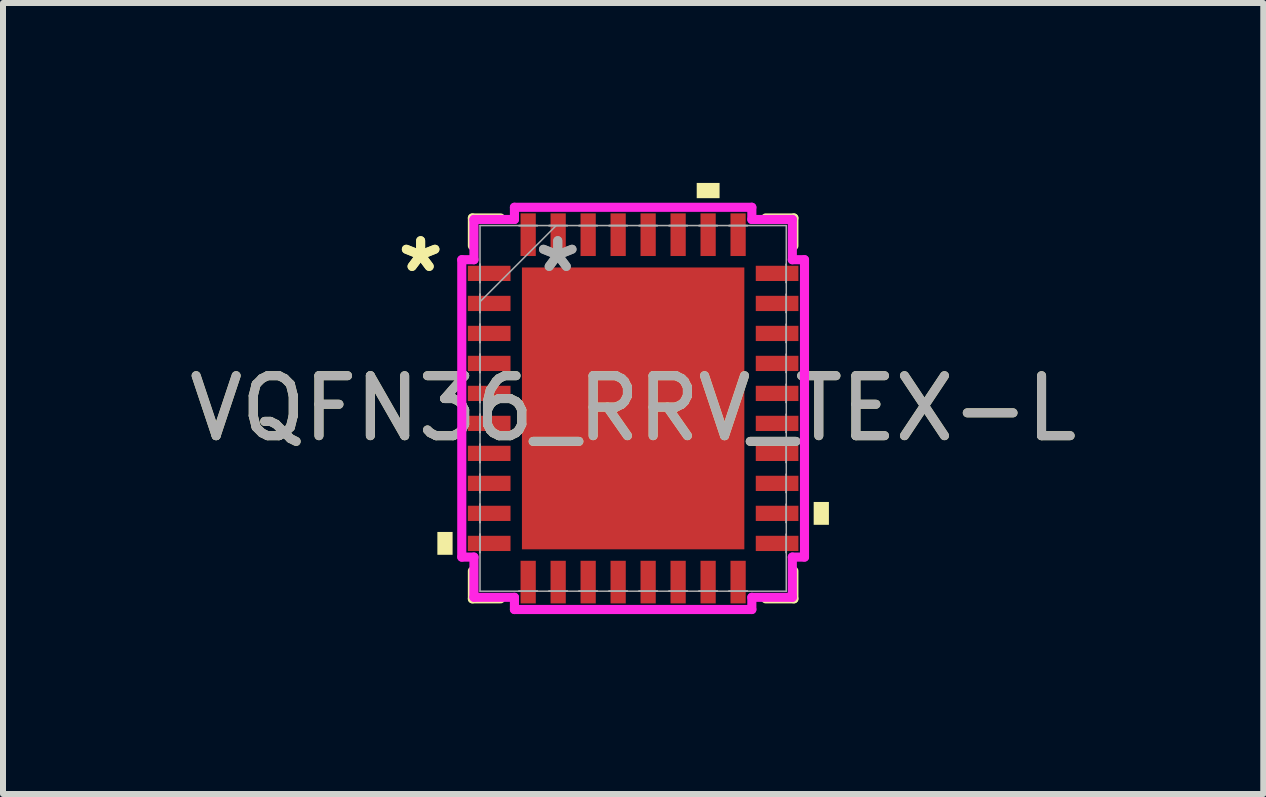
<source format=kicad_pcb>
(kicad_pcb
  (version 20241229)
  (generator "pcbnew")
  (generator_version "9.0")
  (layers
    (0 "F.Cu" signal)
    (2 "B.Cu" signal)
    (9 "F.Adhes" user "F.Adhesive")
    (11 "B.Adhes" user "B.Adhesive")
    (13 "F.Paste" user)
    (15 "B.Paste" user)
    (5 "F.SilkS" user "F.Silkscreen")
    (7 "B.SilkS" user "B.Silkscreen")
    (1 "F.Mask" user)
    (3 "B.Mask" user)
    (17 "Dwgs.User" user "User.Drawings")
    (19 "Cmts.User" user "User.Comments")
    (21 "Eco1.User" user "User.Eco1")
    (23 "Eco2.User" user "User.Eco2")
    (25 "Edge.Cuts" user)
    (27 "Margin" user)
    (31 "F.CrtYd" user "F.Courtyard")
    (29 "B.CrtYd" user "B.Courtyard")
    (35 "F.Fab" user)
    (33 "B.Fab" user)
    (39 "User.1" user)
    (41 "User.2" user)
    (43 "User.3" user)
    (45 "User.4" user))
  (footprint "VQFN36_RRV_TEX-L"
    (layer "F.Cu")
    (at 7.506 3.759)
    (property "Reference" "VQFN36_RRV_TEX-L" (at 0 0 0) (unlocked yes) (layer "F.SilkS") (effects (font (size 1 1) (thickness 0.15))))
    (attr smd)
    (fp_line (start -2.68 -3.175) (end -2.68 -2.71) (stroke (width 0.152) (type solid)) (layer "F.SilkS"))
    (fp_line (start -2.68 2.71) (end -2.68 3.175) (stroke (width 0.152) (type solid)) (layer "F.SilkS"))
    (fp_line (start -2.68 3.175) (end -2.21 3.175) (stroke (width 0.152) (type solid)) (layer "F.SilkS"))
    (fp_line (start -2.21 -3.175) (end -2.68 -3.175) (stroke (width 0.152) (type solid)) (layer "F.SilkS"))
    (fp_line (start 2.21 3.175) (end 2.68 3.175) (stroke (width 0.152) (type solid)) (layer "F.SilkS"))
    (fp_line (start 2.68 -3.175) (end 2.21 -3.175) (stroke (width 0.152) (type solid)) (layer "F.SilkS"))
    (fp_line (start 2.68 -2.71) (end 2.68 -3.175) (stroke (width 0.152) (type solid)) (layer "F.SilkS"))
    (fp_line (start 2.68 3.175) (end 2.68 2.71) (stroke (width 0.152) (type solid)) (layer "F.SilkS"))
    (fp_poly (pts (xy -3.264 2.06) (xy -3.264 2.441) (xy -3.01 2.441) (xy -3.01 2.06)) (stroke (width 0) (type solid)) (fill yes) (layer "F.SilkS"))
    (fp_poly (pts (xy 1.06 -3.505) (xy 1.06 -3.759) (xy 1.441 -3.759) (xy 1.441 -3.505)) (stroke (width 0) (type solid)) (fill yes) (layer "F.SilkS"))
    (fp_poly (pts (xy 3.264 1.56) (xy 3.264 1.941) (xy 3.01 1.941) (xy 3.01 1.56)) (stroke (width 0) (type solid)) (fill yes) (layer "F.SilkS"))
    (fp_line (start -2.857 -2.479) (end -2.654 -2.479) (stroke (width 0.152) (type solid)) (layer "F.CrtYd"))
    (fp_line (start -2.857 2.479) (end -2.857 -2.479) (stroke (width 0.152) (type solid)) (layer "F.CrtYd"))
    (fp_line (start -2.654 -3.15) (end -1.979 -3.15) (stroke (width 0.152) (type solid)) (layer "F.CrtYd"))
    (fp_line (start -2.654 -2.479) (end -2.654 -3.15) (stroke (width 0.152) (type solid)) (layer "F.CrtYd"))
    (fp_line (start -2.654 2.479) (end -2.857 2.479) (stroke (width 0.152) (type solid)) (layer "F.CrtYd"))
    (fp_line (start -2.654 3.15) (end -2.654 2.479) (stroke (width 0.152) (type solid)) (layer "F.CrtYd"))
    (fp_line (start -1.979 -3.353) (end 1.979 -3.353) (stroke (width 0.152) (type solid)) (layer "F.CrtYd"))
    (fp_line (start -1.979 -3.15) (end -1.979 -3.353) (stroke (width 0.152) (type solid)) (layer "F.CrtYd"))
    (fp_line (start -1.979 3.15) (end -2.654 3.15) (stroke (width 0.152) (type solid)) (layer "F.CrtYd"))
    (fp_line (start -1.979 3.353) (end -1.979 3.15) (stroke (width 0.152) (type solid)) (layer "F.CrtYd"))
    (fp_line (start 1.979 -3.353) (end 1.979 -3.15) (stroke (width 0.152) (type solid)) (layer "F.CrtYd"))
    (fp_line (start 1.979 -3.15) (end 2.654 -3.15) (stroke (width 0.152) (type solid)) (layer "F.CrtYd"))
    (fp_line (start 1.979 3.15) (end 1.979 3.353) (stroke (width 0.152) (type solid)) (layer "F.CrtYd"))
    (fp_line (start 1.979 3.353) (end -1.979 3.353) (stroke (width 0.152) (type solid)) (layer "F.CrtYd"))
    (fp_line (start 2.654 -3.15) (end 2.654 -2.479) (stroke (width 0.152) (type solid)) (layer "F.CrtYd"))
    (fp_line (start 2.654 -2.479) (end 2.857 -2.479) (stroke (width 0.152) (type solid)) (layer "F.CrtYd"))
    (fp_line (start 2.654 2.479) (end 2.654 3.15) (stroke (width 0.152) (type solid)) (layer "F.CrtYd"))
    (fp_line (start 2.654 3.15) (end 1.979 3.15) (stroke (width 0.152) (type solid)) (layer "F.CrtYd"))
    (fp_line (start 2.857 -2.479) (end 2.857 2.479) (stroke (width 0.152) (type solid)) (layer "F.CrtYd"))
    (fp_line (start 2.857 2.479) (end 2.654 2.479) (stroke (width 0.152) (type solid)) (layer "F.CrtYd"))
    (fp_line (start -2.553 -3.048) (end -2.553 3.048) (stroke (width 0.025) (type solid)) (layer "F.Fab"))
    (fp_line (start -2.553 -2.403) (end -2.553 -2.403) (stroke (width 0.025) (type solid)) (layer "F.Fab"))
    (fp_line (start -2.553 -2.403) (end -2.553 -2.098) (stroke (width 0.025) (type solid)) (layer "F.Fab"))
    (fp_line (start -2.553 -2.098) (end -2.553 -2.403) (stroke (width 0.025) (type solid)) (layer "F.Fab"))
    (fp_line (start -2.553 -2.098) (end -2.553 -2.098) (stroke (width 0.025) (type solid)) (layer "F.Fab"))
    (fp_line (start -2.553 -1.903) (end -2.553 -1.903) (stroke (width 0.025) (type solid)) (layer "F.Fab"))
    (fp_line (start -2.553 -1.903) (end -2.553 -1.598) (stroke (width 0.025) (type solid)) (layer "F.Fab"))
    (fp_line (start -2.553 -1.778) (end -1.283 -3.048) (stroke (width 0.025) (type solid)) (layer "F.Fab"))
    (fp_line (start -2.553 -1.598) (end -2.553 -1.903) (stroke (width 0.025) (type solid)) (layer "F.Fab"))
    (fp_line (start -2.553 -1.598) (end -2.553 -1.598) (stroke (width 0.025) (type solid)) (layer "F.Fab"))
    (fp_line (start -2.553 -1.403) (end -2.553 -1.403) (stroke (width 0.025) (type solid)) (layer "F.Fab"))
    (fp_line (start -2.553 -1.403) (end -2.553 -1.098) (stroke (width 0.025) (type solid)) (layer "F.Fab"))
    (fp_line (start -2.553 -1.098) (end -2.553 -1.403) (stroke (width 0.025) (type solid)) (layer "F.Fab"))
    (fp_line (start -2.553 -1.098) (end -2.553 -1.098) (stroke (width 0.025) (type solid)) (layer "F.Fab"))
    (fp_line (start -2.553 -0.903) (end -2.553 -0.903) (stroke (width 0.025) (type solid)) (layer "F.Fab"))
    (fp_line (start -2.553 -0.903) (end -2.553 -0.598) (stroke (width 0.025) (type solid)) (layer "F.Fab"))
    (fp_line (start -2.553 -0.598) (end -2.553 -0.903) (stroke (width 0.025) (type solid)) (layer "F.Fab"))
    (fp_line (start -2.553 -0.598) (end -2.553 -0.598) (stroke (width 0.025) (type solid)) (layer "F.Fab"))
    (fp_line (start -2.553 -0.402) (end -2.553 -0.402) (stroke (width 0.025) (type solid)) (layer "F.Fab"))
    (fp_line (start -2.553 -0.402) (end -2.553 -0.098) (stroke (width 0.025) (type solid)) (layer "F.Fab"))
    (fp_line (start -2.553 -0.098) (end -2.553 -0.402) (stroke (width 0.025) (type solid)) (layer "F.Fab"))
    (fp_line (start -2.553 -0.098) (end -2.553 -0.098) (stroke (width 0.025) (type solid)) (layer "F.Fab"))
    (fp_line (start -2.553 0.098) (end -2.553 0.098) (stroke (width 0.025) (type solid)) (layer "F.Fab"))
    (fp_line (start -2.553 0.098) (end -2.553 0.402) (stroke (width 0.025) (type solid)) (layer "F.Fab"))
    (fp_line (start -2.553 0.402) (end -2.553 0.098) (stroke (width 0.025) (type solid)) (layer "F.Fab"))
    (fp_line (start -2.553 0.402) (end -2.553 0.402) (stroke (width 0.025) (type solid)) (layer "F.Fab"))
    (fp_line (start -2.553 0.598) (end -2.553 0.598) (stroke (width 0.025) (type solid)) (layer "F.Fab"))
    (fp_line (start -2.553 0.598) (end -2.553 0.903) (stroke (width 0.025) (type solid)) (layer "F.Fab"))
    (fp_line (start -2.553 0.903) (end -2.553 0.598) (stroke (width 0.025) (type solid)) (layer "F.Fab"))
    (fp_line (start -2.553 0.903) (end -2.553 0.903) (stroke (width 0.025) (type solid)) (layer "F.Fab"))
    (fp_line (start -2.553 1.098) (end -2.553 1.098) (stroke (width 0.025) (type solid)) (layer "F.Fab"))
    (fp_line (start -2.553 1.098) (end -2.553 1.403) (stroke (width 0.025) (type solid)) (layer "F.Fab"))
    (fp_line (start -2.553 1.403) (end -2.553 1.098) (stroke (width 0.025) (type solid)) (layer "F.Fab"))
    (fp_line (start -2.553 1.403) (end -2.553 1.403) (stroke (width 0.025) (type solid)) (layer "F.Fab"))
    (fp_line (start -2.553 1.598) (end -2.553 1.598) (stroke (width 0.025) (type solid)) (layer "F.Fab"))
    (fp_line (start -2.553 1.598) (end -2.553 1.903) (stroke (width 0.025) (type solid)) (layer "F.Fab"))
    (fp_line (start -2.553 1.903) (end -2.553 1.598) (stroke (width 0.025) (type solid)) (layer "F.Fab"))
    (fp_line (start -2.553 1.903) (end -2.553 1.903) (stroke (width 0.025) (type solid)) (layer "F.Fab"))
    (fp_line (start -2.553 2.098) (end -2.553 2.098) (stroke (width 0.025) (type solid)) (layer "F.Fab"))
    (fp_line (start -2.553 2.098) (end -2.553 2.403) (stroke (width 0.025) (type solid)) (layer "F.Fab"))
    (fp_line (start -2.553 2.403) (end -2.553 2.098) (stroke (width 0.025) (type solid)) (layer "F.Fab"))
    (fp_line (start -2.553 2.403) (end -2.553 2.403) (stroke (width 0.025) (type solid)) (layer "F.Fab"))
    (fp_line (start -2.553 3.048) (end 2.553 3.048) (stroke (width 0.025) (type solid)) (layer "F.Fab"))
    (fp_line (start -1.903 -3.048) (end -1.903 -3.048) (stroke (width 0.025) (type solid)) (layer "F.Fab"))
    (fp_line (start -1.903 -3.048) (end -1.598 -3.048) (stroke (width 0.025) (type solid)) (layer "F.Fab"))
    (fp_line (start -1.903 3.048) (end -1.903 3.048) (stroke (width 0.025) (type solid)) (layer "F.Fab"))
    (fp_line (start -1.903 3.048) (end -1.598 3.048) (stroke (width 0.025) (type solid)) (layer "F.Fab"))
    (fp_line (start -1.598 -3.048) (end -1.903 -3.048) (stroke (width 0.025) (type solid)) (layer "F.Fab"))
    (fp_line (start -1.598 -3.048) (end -1.598 -3.048) (stroke (width 0.025) (type solid)) (layer "F.Fab"))
    (fp_line (start -1.598 3.048) (end -1.903 3.048) (stroke (width 0.025) (type solid)) (layer "F.Fab"))
    (fp_line (start -1.598 3.048) (end -1.598 3.048) (stroke (width 0.025) (type solid)) (layer "F.Fab"))
    (fp_line (start -1.403 -3.048) (end -1.403 -3.048) (stroke (width 0.025) (type solid)) (layer "F.Fab"))
    (fp_line (start -1.403 -3.048) (end -1.098 -3.048) (stroke (width 0.025) (type solid)) (layer "F.Fab"))
    (fp_line (start -1.403 3.048) (end -1.403 3.048) (stroke (width 0.025) (type solid)) (layer "F.Fab"))
    (fp_line (start -1.403 3.048) (end -1.098 3.048) (stroke (width 0.025) (type solid)) (layer "F.Fab"))
    (fp_line (start -1.098 -3.048) (end -1.403 -3.048) (stroke (width 0.025) (type solid)) (layer "F.Fab"))
    (fp_line (start -1.098 -3.048) (end -1.098 -3.048) (stroke (width 0.025) (type solid)) (layer "F.Fab"))
    (fp_line (start -1.098 3.048) (end -1.403 3.048) (stroke (width 0.025) (type solid)) (layer "F.Fab"))
    (fp_line (start -1.098 3.048) (end -1.098 3.048) (stroke (width 0.025) (type solid)) (layer "F.Fab"))
    (fp_line (start -0.903 -3.048) (end -0.903 -3.048) (stroke (width 0.025) (type solid)) (layer "F.Fab"))
    (fp_line (start -0.903 -3.048) (end -0.598 -3.048) (stroke (width 0.025) (type solid)) (layer "F.Fab"))
    (fp_line (start -0.903 3.048) (end -0.903 3.048) (stroke (width 0.025) (type solid)) (layer "F.Fab"))
    (fp_line (start -0.903 3.048) (end -0.598 3.048) (stroke (width 0.025) (type solid)) (layer "F.Fab"))
    (fp_line (start -0.598 -3.048) (end -0.903 -3.048) (stroke (width 0.025) (type solid)) (layer "F.Fab"))
    (fp_line (start -0.598 -3.048) (end -0.598 -3.048) (stroke (width 0.025) (type solid)) (layer "F.Fab"))
    (fp_line (start -0.598 3.048) (end -0.903 3.048) (stroke (width 0.025) (type solid)) (layer "F.Fab"))
    (fp_line (start -0.598 3.048) (end -0.598 3.048) (stroke (width 0.025) (type solid)) (layer "F.Fab"))
    (fp_line (start -0.402 -3.048) (end -0.402 -3.048) (stroke (width 0.025) (type solid)) (layer "F.Fab"))
    (fp_line (start -0.402 -3.048) (end -0.098 -3.048) (stroke (width 0.025) (type solid)) (layer "F.Fab"))
    (fp_line (start -0.402 3.048) (end -0.402 3.048) (stroke (width 0.025) (type solid)) (layer "F.Fab"))
    (fp_line (start -0.402 3.048) (end -0.098 3.048) (stroke (width 0.025) (type solid)) (layer "F.Fab"))
    (fp_line (start -0.098 -3.048) (end -0.402 -3.048) (stroke (width 0.025) (type solid)) (layer "F.Fab"))
    (fp_line (start -0.098 -3.048) (end -0.098 -3.048) (stroke (width 0.025) (type solid)) (layer "F.Fab"))
    (fp_line (start -0.098 3.048) (end -0.402 3.048) (stroke (width 0.025) (type solid)) (layer "F.Fab"))
    (fp_line (start -0.098 3.048) (end -0.098 3.048) (stroke (width 0.025) (type solid)) (layer "F.Fab"))
    (fp_line (start 0.098 -3.048) (end 0.098 -3.048) (stroke (width 0.025) (type solid)) (layer "F.Fab"))
    (fp_line (start 0.098 -3.048) (end 0.402 -3.048) (stroke (width 0.025) (type solid)) (layer "F.Fab"))
    (fp_line (start 0.098 3.048) (end 0.098 3.048) (stroke (width 0.025) (type solid)) (layer "F.Fab"))
    (fp_line (start 0.098 3.048) (end 0.402 3.048) (stroke (width 0.025) (type solid)) (layer "F.Fab"))
    (fp_line (start 0.402 -3.048) (end 0.098 -3.048) (stroke (width 0.025) (type solid)) (layer "F.Fab"))
    (fp_line (start 0.402 -3.048) (end 0.402 -3.048) (stroke (width 0.025) (type solid)) (layer "F.Fab"))
    (fp_line (start 0.402 3.048) (end 0.098 3.048) (stroke (width 0.025) (type solid)) (layer "F.Fab"))
    (fp_line (start 0.402 3.048) (end 0.402 3.048) (stroke (width 0.025) (type solid)) (layer "F.Fab"))
    (fp_line (start 0.598 -3.048) (end 0.598 -3.048) (stroke (width 0.025) (type solid)) (layer "F.Fab"))
    (fp_line (start 0.598 -3.048) (end 0.903 -3.048) (stroke (width 0.025) (type solid)) (layer "F.Fab"))
    (fp_line (start 0.598 3.048) (end 0.598 3.048) (stroke (width 0.025) (type solid)) (layer "F.Fab"))
    (fp_line (start 0.598 3.048) (end 0.903 3.048) (stroke (width 0.025) (type solid)) (layer "F.Fab"))
    (fp_line (start 0.903 -3.048) (end 0.598 -3.048) (stroke (width 0.025) (type solid)) (layer "F.Fab"))
    (fp_line (start 0.903 -3.048) (end 0.903 -3.048) (stroke (width 0.025) (type solid)) (layer "F.Fab"))
    (fp_line (start 0.903 3.048) (end 0.598 3.048) (stroke (width 0.025) (type solid)) (layer "F.Fab"))
    (fp_line (start 0.903 3.048) (end 0.903 3.048) (stroke (width 0.025) (type solid)) (layer "F.Fab"))
    (fp_line (start 1.098 -3.048) (end 1.098 -3.048) (stroke (width 0.025) (type solid)) (layer "F.Fab"))
    (fp_line (start 1.098 -3.048) (end 1.403 -3.048) (stroke (width 0.025) (type solid)) (layer "F.Fab"))
    (fp_line (start 1.098 3.048) (end 1.098 3.048) (stroke (width 0.025) (type solid)) (layer "F.Fab"))
    (fp_line (start 1.098 3.048) (end 1.403 3.048) (stroke (width 0.025) (type solid)) (layer "F.Fab"))
    (fp_line (start 1.403 -3.048) (end 1.098 -3.048) (stroke (width 0.025) (type solid)) (layer "F.Fab"))
    (fp_line (start 1.403 -3.048) (end 1.403 -3.048) (stroke (width 0.025) (type solid)) (layer "F.Fab"))
    (fp_line (start 1.403 3.048) (end 1.098 3.048) (stroke (width 0.025) (type solid)) (layer "F.Fab"))
    (fp_line (start 1.403 3.048) (end 1.403 3.048) (stroke (width 0.025) (type solid)) (layer "F.Fab"))
    (fp_line (start 1.598 -3.048) (end 1.598 -3.048) (stroke (width 0.025) (type solid)) (layer "F.Fab"))
    (fp_line (start 1.598 -3.048) (end 1.903 -3.048) (stroke (width 0.025) (type solid)) (layer "F.Fab"))
    (fp_line (start 1.598 3.048) (end 1.598 3.048) (stroke (width 0.025) (type solid)) (layer "F.Fab"))
    (fp_line (start 1.598 3.048) (end 1.903 3.048) (stroke (width 0.025) (type solid)) (layer "F.Fab"))
    (fp_line (start 1.903 -3.048) (end 1.598 -3.048) (stroke (width 0.025) (type solid)) (layer "F.Fab"))
    (fp_line (start 1.903 -3.048) (end 1.903 -3.048) (stroke (width 0.025) (type solid)) (layer "F.Fab"))
    (fp_line (start 1.903 3.048) (end 1.598 3.048) (stroke (width 0.025) (type solid)) (layer "F.Fab"))
    (fp_line (start 1.903 3.048) (end 1.903 3.048) (stroke (width 0.025) (type solid)) (layer "F.Fab"))
    (fp_line (start 2.553 -3.048) (end -2.553 -3.048) (stroke (width 0.025) (type solid)) (layer "F.Fab"))
    (fp_line (start 2.553 -2.403) (end 2.553 -2.403) (stroke (width 0.025) (type solid)) (layer "F.Fab"))
    (fp_line (start 2.553 -2.403) (end 2.553 -2.098) (stroke (width 0.025) (type solid)) (layer "F.Fab"))
    (fp_line (start 2.553 -2.098) (end 2.553 -2.403) (stroke (width 0.025) (type solid)) (layer "F.Fab"))
    (fp_line (start 2.553 -2.098) (end 2.553 -2.098) (stroke (width 0.025) (type solid)) (layer "F.Fab"))
    (fp_line (start 2.553 -1.903) (end 2.553 -1.903) (stroke (width 0.025) (type solid)) (layer "F.Fab"))
    (fp_line (start 2.553 -1.903) (end 2.553 -1.598) (stroke (width 0.025) (type solid)) (layer "F.Fab"))
    (fp_line (start 2.553 -1.598) (end 2.553 -1.903) (stroke (width 0.025) (type solid)) (layer "F.Fab"))
    (fp_line (start 2.553 -1.598) (end 2.553 -1.598) (stroke (width 0.025) (type solid)) (layer "F.Fab"))
    (fp_line (start 2.553 -1.403) (end 2.553 -1.403) (stroke (width 0.025) (type solid)) (layer "F.Fab"))
    (fp_line (start 2.553 -1.403) (end 2.553 -1.098) (stroke (width 0.025) (type solid)) (layer "F.Fab"))
    (fp_line (start 2.553 -1.098) (end 2.553 -1.403) (stroke (width 0.025) (type solid)) (layer "F.Fab"))
    (fp_line (start 2.553 -1.098) (end 2.553 -1.098) (stroke (width 0.025) (type solid)) (layer "F.Fab"))
    (fp_line (start 2.553 -0.903) (end 2.553 -0.903) (stroke (width 0.025) (type solid)) (layer "F.Fab"))
    (fp_line (start 2.553 -0.903) (end 2.553 -0.598) (stroke (width 0.025) (type solid)) (layer "F.Fab"))
    (fp_line (start 2.553 -0.598) (end 2.553 -0.903) (stroke (width 0.025) (type solid)) (layer "F.Fab"))
    (fp_line (start 2.553 -0.598) (end 2.553 -0.598) (stroke (width 0.025) (type solid)) (layer "F.Fab"))
    (fp_line (start 2.553 -0.402) (end 2.553 -0.402) (stroke (width 0.025) (type solid)) (layer "F.Fab"))
    (fp_line (start 2.553 -0.402) (end 2.553 -0.098) (stroke (width 0.025) (type solid)) (layer "F.Fab"))
    (fp_line (start 2.553 -0.098) (end 2.553 -0.402) (stroke (width 0.025) (type solid)) (layer "F.Fab"))
    (fp_line (start 2.553 -0.098) (end 2.553 -0.098) (stroke (width 0.025) (type solid)) (layer "F.Fab"))
    (fp_line (start 2.553 0.098) (end 2.553 0.098) (stroke (width 0.025) (type solid)) (layer "F.Fab"))
    (fp_line (start 2.553 0.098) (end 2.553 0.402) (stroke (width 0.025) (type solid)) (layer "F.Fab"))
    (fp_line (start 2.553 0.402) (end 2.553 0.098) (stroke (width 0.025) (type solid)) (layer "F.Fab"))
    (fp_line (start 2.553 0.402) (end 2.553 0.402) (stroke (width 0.025) (type solid)) (layer "F.Fab"))
    (fp_line (start 2.553 0.598) (end 2.553 0.598) (stroke (width 0.025) (type solid)) (layer "F.Fab"))
    (fp_line (start 2.553 0.598) (end 2.553 0.903) (stroke (width 0.025) (type solid)) (layer "F.Fab"))
    (fp_line (start 2.553 0.903) (end 2.553 0.598) (stroke (width 0.025) (type solid)) (layer "F.Fab"))
    (fp_line (start 2.553 0.903) (end 2.553 0.903) (stroke (width 0.025) (type solid)) (layer "F.Fab"))
    (fp_line (start 2.553 1.098) (end 2.553 1.098) (stroke (width 0.025) (type solid)) (layer "F.Fab"))
    (fp_line (start 2.553 1.098) (end 2.553 1.403) (stroke (width 0.025) (type solid)) (layer "F.Fab"))
    (fp_line (start 2.553 1.403) (end 2.553 1.098) (stroke (width 0.025) (type solid)) (layer "F.Fab"))
    (fp_line (start 2.553 1.403) (end 2.553 1.403) (stroke (width 0.025) (type solid)) (layer "F.Fab"))
    (fp_line (start 2.553 1.598) (end 2.553 1.598) (stroke (width 0.025) (type solid)) (layer "F.Fab"))
    (fp_line (start 2.553 1.598) (end 2.553 1.903) (stroke (width 0.025) (type solid)) (layer "F.Fab"))
    (fp_line (start 2.553 1.903) (end 2.553 1.598) (stroke (width 0.025) (type solid)) (layer "F.Fab"))
    (fp_line (start 2.553 1.903) (end 2.553 1.903) (stroke (width 0.025) (type solid)) (layer "F.Fab"))
    (fp_line (start 2.553 2.098) (end 2.553 2.098) (stroke (width 0.025) (type solid)) (layer "F.Fab"))
    (fp_line (start 2.553 2.098) (end 2.553 2.403) (stroke (width 0.025) (type solid)) (layer "F.Fab"))
    (fp_line (start 2.553 2.403) (end 2.553 2.098) (stroke (width 0.025) (type solid)) (layer "F.Fab"))
    (fp_line (start 2.553 2.403) (end 2.553 2.403) (stroke (width 0.025) (type solid)) (layer "F.Fab"))
    (fp_line (start 2.553 3.048) (end 2.553 -3.048) (stroke (width 0.025) (type solid)) (layer "F.Fab"))
    (fp_text user "*" (at -3.543 -2.251 0) (layer "F.SilkS") (effects (font (size 1 1) (thickness 0.15))))
    (fp_text user "*" (at -3.543 -2.251 0) (unlocked yes) (layer "F.SilkS") (effects (font (size 1 1) (thickness 0.15))))
    (fp_text user "*" (at -1.257 -2.251 0) (unlocked yes) (layer "F.Fab") (effects (font (size 1 1) (thickness 0.15))))
    (fp_text user "${REFERENCE}" (at 0 0 0) (unlocked yes) (layer "F.Fab") (effects (font (size 1 1) (thickness 0.15))))
    (fp_text user "*" (at -1.257 -2.251 0) (layer "F.Fab") (effects (font (size 1 1) (thickness 0.15))))
    (pad "1" smd rect (at -2.4 -2.251 90) (size 0.254 0.711) (layers "F.Cu" "F.Mask" "F.Paste"))
    (pad "2" smd rect (at -2.4 -1.75 90) (size 0.254 0.711) (layers "F.Cu" "F.Mask" "F.Paste"))
    (pad "3" smd rect (at -2.4 -1.25 90) (size 0.254 0.711) (layers "F.Cu" "F.Mask" "F.Paste"))
    (pad "4" smd rect (at -2.4 -0.75 90) (size 0.254 0.711) (layers "F.Cu" "F.Mask" "F.Paste"))
    (pad "5" smd rect (at -2.4 -0.25 90) (size 0.254 0.711) (layers "F.Cu" "F.Mask" "F.Paste"))
    (pad "6" smd rect (at -2.4 0.25 90) (size 0.254 0.711) (layers "F.Cu" "F.Mask" "F.Paste"))
    (pad "7" smd rect (at -2.4 0.75 90) (size 0.254 0.711) (layers "F.Cu" "F.Mask" "F.Paste"))
    (pad "8" smd rect (at -2.4 1.25 90) (size 0.254 0.711) (layers "F.Cu" "F.Mask" "F.Paste"))
    (pad "9" smd rect (at -2.4 1.75 90) (size 0.254 0.711) (layers "F.Cu" "F.Mask" "F.Paste"))
    (pad "10" smd rect (at -2.4 2.251 90) (size 0.254 0.711) (layers "F.Cu" "F.Mask" "F.Paste"))
    (pad "11" smd rect (at -1.75 2.896) (size 0.254 0.711) (layers "F.Cu" "F.Mask" "F.Paste"))
    (pad "12" smd rect (at -1.25 2.896) (size 0.254 0.711) (layers "F.Cu" "F.Mask" "F.Paste"))
    (pad "13" smd rect (at -0.75 2.896) (size 0.254 0.711) (layers "F.Cu" "F.Mask" "F.Paste"))
    (pad "14" smd rect (at -0.25 2.896) (size 0.254 0.711) (layers "F.Cu" "F.Mask" "F.Paste"))
    (pad "15" smd rect (at 0.25 2.896) (size 0.254 0.711) (layers "F.Cu" "F.Mask" "F.Paste"))
    (pad "16" smd rect (at 0.75 2.896) (size 0.254 0.711) (layers "F.Cu" "F.Mask" "F.Paste"))
    (pad "17" smd rect (at 1.25 2.896) (size 0.254 0.711) (layers "F.Cu" "F.Mask" "F.Paste"))
    (pad "18" smd rect (at 1.75 2.896) (size 0.254 0.711) (layers "F.Cu" "F.Mask" "F.Paste"))
    (pad "19" smd rect (at 2.4 2.251 90) (size 0.254 0.711) (layers "F.Cu" "F.Mask" "F.Paste"))
    (pad "20" smd rect (at 2.4 1.75 90) (size 0.254 0.711) (layers "F.Cu" "F.Mask" "F.Paste"))
    (pad "21" smd rect (at 2.4 1.25 90) (size 0.254 0.711) (layers "F.Cu" "F.Mask" "F.Paste"))
    (pad "22" smd rect (at 2.4 0.75 90) (size 0.254 0.711) (layers "F.Cu" "F.Mask" "F.Paste"))
    (pad "23" smd rect (at 2.4 0.25 90) (size 0.254 0.711) (layers "F.Cu" "F.Mask" "F.Paste"))
    (pad "24" smd rect (at 2.4 -0.25 90) (size 0.254 0.711) (layers "F.Cu" "F.Mask" "F.Paste"))
    (pad "25" smd rect (at 2.4 -0.75 90) (size 0.254 0.711) (layers "F.Cu" "F.Mask" "F.Paste"))
    (pad "26" smd rect (at 2.4 -1.25 90) (size 0.254 0.711) (layers "F.Cu" "F.Mask" "F.Paste"))
    (pad "27" smd rect (at 2.4 -1.75 90) (size 0.254 0.711) (layers "F.Cu" "F.Mask" "F.Paste"))
    (pad "28" smd rect (at 2.4 -2.251 90) (size 0.254 0.711) (layers "F.Cu" "F.Mask" "F.Paste"))
    (pad "29" smd rect (at 1.75 -2.896) (size 0.254 0.711) (layers "F.Cu" "F.Mask" "F.Paste"))
    (pad "30" smd rect (at 1.25 -2.896) (size 0.254 0.711) (layers "F.Cu" "F.Mask" "F.Paste"))
    (pad "31" smd rect (at 0.75 -2.896) (size 0.254 0.711) (layers "F.Cu" "F.Mask" "F.Paste"))
    (pad "32" smd rect (at 0.25 -2.896) (size 0.254 0.711) (layers "F.Cu" "F.Mask" "F.Paste"))
    (pad "33" smd rect (at -0.25 -2.896) (size 0.254 0.711) (layers "F.Cu" "F.Mask" "F.Paste"))
    (pad "34" smd rect (at -0.75 -2.896) (size 0.254 0.711) (layers "F.Cu" "F.Mask" "F.Paste"))
    (pad "35" smd rect (at -1.25 -2.896) (size 0.254 0.711) (layers "F.Cu" "F.Mask" "F.Paste"))
    (pad "36" smd rect (at -1.75 -2.896) (size 0.254 0.711) (layers "F.Cu" "F.Mask" "F.Paste"))
    (pad "37" smd rect (at 0 0) (size 3.708 4.699) (layers "F.Cu" "F.Mask" "F.Paste")))
  (gr_rect
    (start -3 -3)
    (end 18.012 10.188)
    (stroke (width 0.1) (type default))
    (fill no)
    (layer "Edge.Cuts")))
</source>
